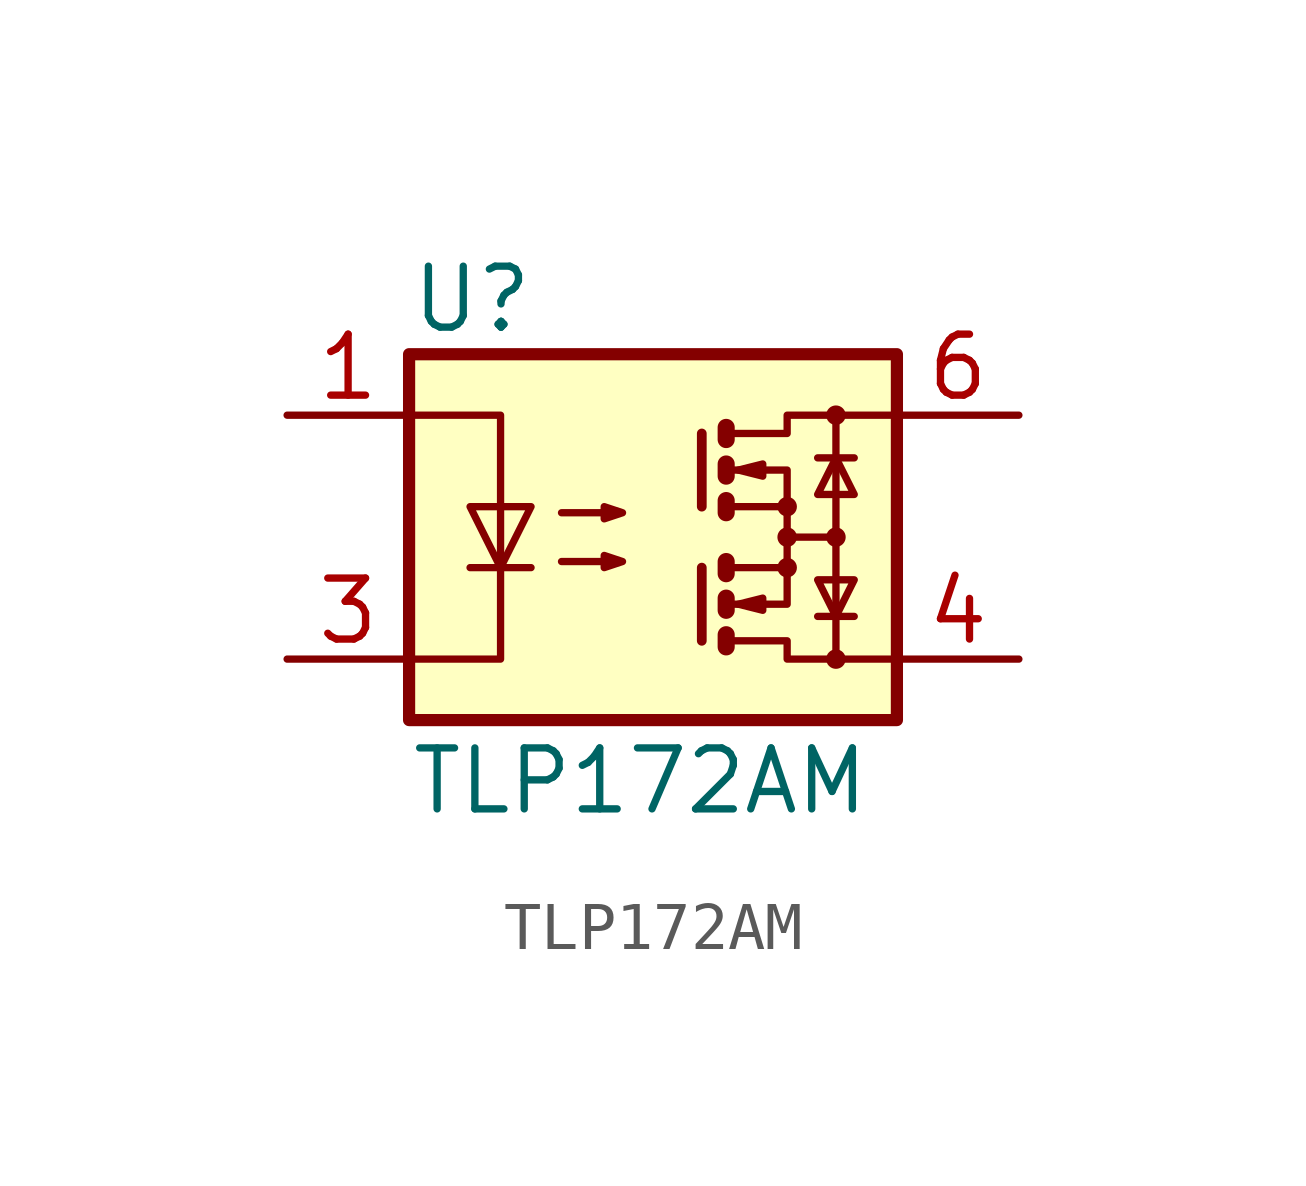
<source format=kicad_sym>
(kicad_symbol_lib
  (version 20211014)
  (generator kicad_symbol_editor)
  (symbol "TLP172AM"
    (property "Reference" "U"
      (at -5.08 4.953 0)
      (effects (font (size 1.27 1.27)) (justify left)))
    (property "Value" "TLP172AM"
      (at -5.08 -5.08 0)
      (effects (font (size 1.27 1.27)) (justify left)))
    (symbol "TLP172AM_0_1"
      (rectangle (start -5.08 3.81) (end 5.08 -3.81) (stroke (width 0.254) (type default) (color 0 0 0 0)) (fill (type background)))
      (polyline (pts (xy -3.81 -0.635) (xy -2.54 -0.635)) (stroke (width 0) (type default) (color 0 0 0 0)) (fill (type none)))
      (polyline (pts (xy 1.016 -0.635) (xy 1.016 -2.159)) (stroke (width 0.203) (type default) (color 0 0 0 0)) (fill (type none)))
      (polyline (pts (xy 1.016 2.159) (xy 1.016 0.635)) (stroke (width 0.203) (type default) (color 0 0 0 0)) (fill (type none)))
      (polyline (pts (xy 1.524 -0.508) (xy 1.524 -0.762)) (stroke (width 0.356) (type default) (color 0 0 0 0)) (fill (type none)))
      (polyline (pts (xy 2.794 0) (xy 3.81 0)) (stroke (width 0) (type default) (color 0 0 0 0)) (fill (type none)))
      (polyline (pts (xy 3.429 -1.651) (xy 4.191 -1.651)) (stroke (width 0) (type default) (color 0 0 0 0)) (fill (type none)))
      (polyline (pts (xy 3.429 1.651) (xy 4.191 1.651)) (stroke (width 0) (type default) (color 0 0 0 0)) (fill (type none)))
      (polyline (pts (xy 3.81 -2.54) (xy 3.81 2.54)) (stroke (width 0) (type default) (color 0 0 0 0)) (fill (type none)))
      (polyline (pts (xy 1.524 -2.032) (xy 1.524 -2.286) (xy 1.524 -2.286)) (stroke (width 0.356) (type default) (color 0 0 0 0)) (fill (type none)))
      (polyline (pts (xy 1.524 -1.27) (xy 1.524 -1.524) (xy 1.524 -1.524)) (stroke (width 0.356) (type default) (color 0 0 0 0)) (fill (type none)))
      (polyline (pts (xy 1.524 0.762) (xy 1.524 0.508) (xy 1.524 0.508)) (stroke (width 0.356) (type default) (color 0 0 0 0)) (fill (type none)))
      (polyline (pts (xy 1.524 1.524) (xy 1.524 1.27) (xy 1.524 1.27)) (stroke (width 0.356) (type default) (color 0 0 0 0)) (fill (type none)))
      (polyline (pts (xy 1.524 2.286) (xy 1.524 2.032) (xy 1.524 2.032)) (stroke (width 0.356) (type default) (color 0 0 0 0)) (fill (type none)))
      (polyline (pts (xy 1.651 -1.397) (xy 2.794 -1.397) (xy 2.794 -0.635)) (stroke (width 0) (type default) (color 0 0 0 0)) (fill (type none)))
      (polyline (pts (xy 1.651 1.397) (xy 2.794 1.397) (xy 2.794 0.635)) (stroke (width 0) (type default) (color 0 0 0 0)) (fill (type none)))
      (polyline (pts (xy -5.08 2.54) (xy -3.175 2.54) (xy -3.175 -2.54) (xy -5.08 -2.54)) (stroke (width 0) (type default) (color 0 0 0 0)) (fill (type none)))
      (polyline (pts (xy -3.175 -0.635) (xy -3.81 0.635) (xy -2.54 0.635) (xy -3.175 -0.635)) (stroke (width 0) (type default) (color 0 0 0 0)) (fill (type none)))
      (polyline (pts (xy 1.651 -2.159) (xy 2.794 -2.159) (xy 2.794 -2.54) (xy 5.08 -2.54)) (stroke (width 0) (type default) (color 0 0 0 0)) (fill (type none)))
      (polyline (pts (xy 1.651 -0.635) (xy 2.794 -0.635) (xy 2.794 0.635) (xy 1.651 0.635)) (stroke (width 0) (type default) (color 0 0 0 0)) (fill (type none)))
      (polyline (pts (xy 1.651 2.159) (xy 2.794 2.159) (xy 2.794 2.54) (xy 5.08 2.54)) (stroke (width 0) (type default) (color 0 0 0 0)) (fill (type none)))
      (polyline (pts (xy 1.778 -1.397) (xy 2.286 -1.27) (xy 2.286 -1.524) (xy 1.778 -1.397)) (stroke (width 0) (type default) (color 0 0 0 0)) (fill (type none)))
      (polyline (pts (xy 1.778 1.397) (xy 2.286 1.524) (xy 2.286 1.27) (xy 1.778 1.397)) (stroke (width 0) (type default) (color 0 0 0 0)) (fill (type none)))
      (polyline (pts (xy 3.81 -1.651) (xy 3.429 -0.889) (xy 4.191 -0.889) (xy 3.81 -1.651)) (stroke (width 0) (type default) (color 0 0 0 0)) (fill (type none)))
      (polyline (pts (xy 3.81 1.651) (xy 3.429 0.889) (xy 4.191 0.889) (xy 3.81 1.651)) (stroke (width 0) (type default) (color 0 0 0 0)) (fill (type none)))
      (polyline (pts (xy -1.905 -0.508) (xy -0.635 -0.508) (xy -1.016 -0.635) (xy -1.016 -0.381) (xy -0.635 -0.508)) (stroke (width 0) (type default) (color 0 0 0 0)) (fill (type none)))
      (polyline (pts (xy -1.905 0.508) (xy -0.635 0.508) (xy -1.016 0.381) (xy -1.016 0.635) (xy -0.635 0.508)) (stroke (width 0) (type default) (color 0 0 0 0)) (fill (type none)))
      (circle (center 2.794 -0.635) (radius 0.127) (stroke (width 0) (type default) (color 0 0 0 0)) (fill (type none)))
      (circle (center 2.794 0) (radius 0.127) (stroke (width 0) (type default) (color 0 0 0 0)) (fill (type none)))
      (circle (center 2.794 0.635) (radius 0.127) (stroke (width 0) (type default) (color 0 0 0 0)) (fill (type none)))
      (circle (center 3.81 -2.54) (radius 0.127) (stroke (width 0) (type default) (color 0 0 0 0)) (fill (type none)))
      (circle (center 3.81 0) (radius 0.127) (stroke (width 0) (type default) (color 0 0 0 0)) (fill (type none)))
      (circle (center 3.81 2.54) (radius 0.127) (stroke (width 0) (type default) (color 0 0 0 0)) (fill (type none))))
    (symbol "TLP172AM_1_1"
      (pin passive line (at -7.62 2.54 0) (length 2.54) (name "~" (effects (font (size 1.27 1.27)))) (number "1" (effects (font (size 1.27 1.27)))))
      (pin passive line (at -7.62 -2.54 0) (length 2.54) (name "~" (effects (font (size 1.27 1.27)))) (number "3" (effects (font (size 1.27 1.27)))))
      (pin passive line (at 7.62 -2.54 180) (length 2.54) (name "~" (effects (font (size 1.27 1.27)))) (number "4" (effects (font (size 1.27 1.27)))))
      (pin passive line (at 7.62 2.54 180) (length 2.54) (name "~" (effects (font (size 1.27 1.27)))) (number "6" (effects (font (size 1.27 1.27))))))))
</source>
